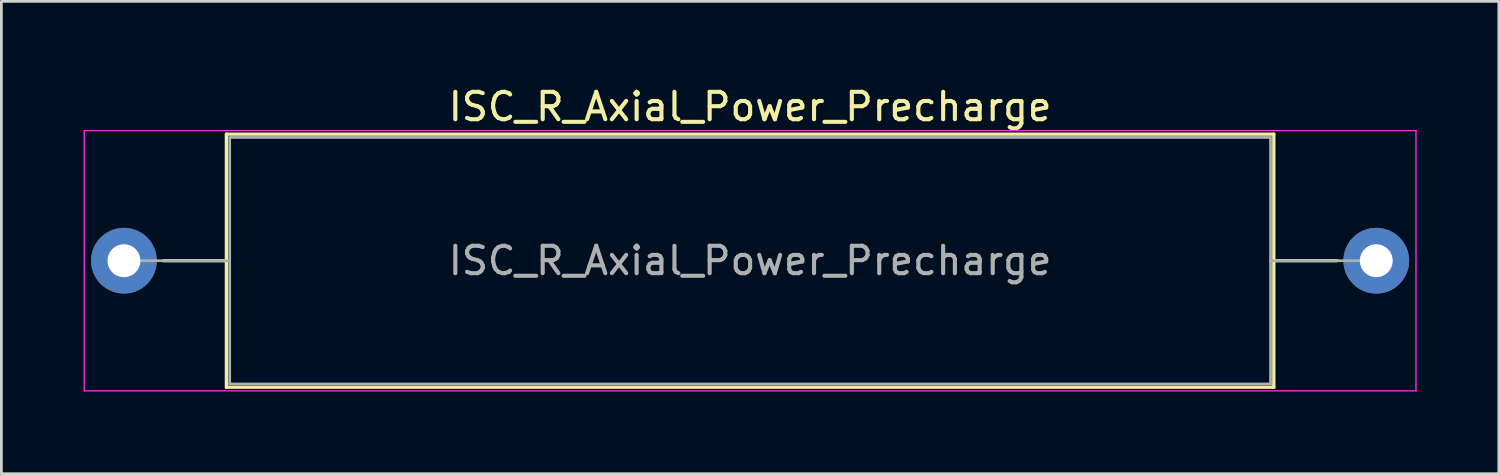
<source format=kicad_pcb>
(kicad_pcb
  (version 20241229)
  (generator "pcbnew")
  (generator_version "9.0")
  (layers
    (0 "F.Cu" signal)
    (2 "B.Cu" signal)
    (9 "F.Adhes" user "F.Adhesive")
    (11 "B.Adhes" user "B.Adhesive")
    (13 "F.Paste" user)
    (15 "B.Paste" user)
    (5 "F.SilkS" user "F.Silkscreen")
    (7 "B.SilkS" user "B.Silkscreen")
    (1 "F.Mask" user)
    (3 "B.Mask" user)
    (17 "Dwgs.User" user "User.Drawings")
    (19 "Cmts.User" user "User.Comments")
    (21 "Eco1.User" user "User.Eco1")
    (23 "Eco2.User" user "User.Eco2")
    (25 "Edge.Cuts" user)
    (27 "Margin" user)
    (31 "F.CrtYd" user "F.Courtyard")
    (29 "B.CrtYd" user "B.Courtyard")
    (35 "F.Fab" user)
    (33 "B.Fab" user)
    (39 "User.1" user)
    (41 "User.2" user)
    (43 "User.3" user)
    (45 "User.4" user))
  (footprint "ISC_R_Axial_Power_Precharge"
    (layer "F.Cu")
    (at 1.475 6.468)
    (property "Reference" "ISC_R_Axial_Power_Precharge" (at 22.86 -5.62 0) (layer "F.SilkS") (effects (font (size 1 1) (thickness 0.15))))
    (attr through_hole)
    (fp_line (start 1.44 0) (end 3.74 0) (stroke (width 0.12) (type solid)) (layer "F.SilkS"))
    (fp_line (start 3.74 -4.62) (end 3.74 4.62) (stroke (width 0.12) (type solid)) (layer "F.SilkS"))
    (fp_line (start 3.74 4.62) (end 41.98 4.62) (stroke (width 0.12) (type solid)) (layer "F.SilkS"))
    (fp_line (start 41.98 -4.62) (end 3.74 -4.62) (stroke (width 0.12) (type solid)) (layer "F.SilkS"))
    (fp_line (start 41.98 4.62) (end 41.98 -4.62) (stroke (width 0.12) (type solid)) (layer "F.SilkS"))
    (fp_line (start 44.28 0) (end 41.98 0) (stroke (width 0.12) (type solid)) (layer "F.SilkS"))
    (fp_line (start -1.45 -4.75) (end -1.45 4.75) (stroke (width 0.05) (type solid)) (layer "F.CrtYd"))
    (fp_line (start -1.45 4.75) (end 47.17 4.75) (stroke (width 0.05) (type solid)) (layer "F.CrtYd"))
    (fp_line (start 47.17 -4.75) (end -1.45 -4.75) (stroke (width 0.05) (type solid)) (layer "F.CrtYd"))
    (fp_line (start 47.17 4.75) (end 47.17 -4.75) (stroke (width 0.05) (type solid)) (layer "F.CrtYd"))
    (fp_line (start 0 0) (end 3.86 0) (stroke (width 0.1) (type solid)) (layer "F.Fab"))
    (fp_line (start 3.86 -4.5) (end 3.86 4.5) (stroke (width 0.1) (type solid)) (layer "F.Fab"))
    (fp_line (start 3.86 4.5) (end 41.86 4.5) (stroke (width 0.1) (type solid)) (layer "F.Fab"))
    (fp_line (start 41.86 -4.5) (end 3.86 -4.5) (stroke (width 0.1) (type solid)) (layer "F.Fab"))
    (fp_line (start 41.86 4.5) (end 41.86 -4.5) (stroke (width 0.1) (type solid)) (layer "F.Fab"))
    (fp_line (start 45.72 0) (end 41.86 0) (stroke (width 0.1) (type solid)) (layer "F.Fab"))
    (fp_text user "${REFERENCE}" (at 22.86 0 0) (layer "F.Fab") (effects (font (size 1 1) (thickness 0.15))))
    (pad "1" thru_hole circle (at 0 0) (size 2.4 2.4) (drill 1.2) (layers "*.Cu" "*.Mask"))
    (pad "2" thru_hole oval (at 45.72 0) (size 2.4 2.4) (drill 1.2) (layers "*.Cu" "*.Mask")))
  (gr_rect
    (start -3 -3)
    (end 51.67 14.243)
    (stroke (width 0.1) (type default))
    (fill no)
    (layer "Edge.Cuts")))
</source>
